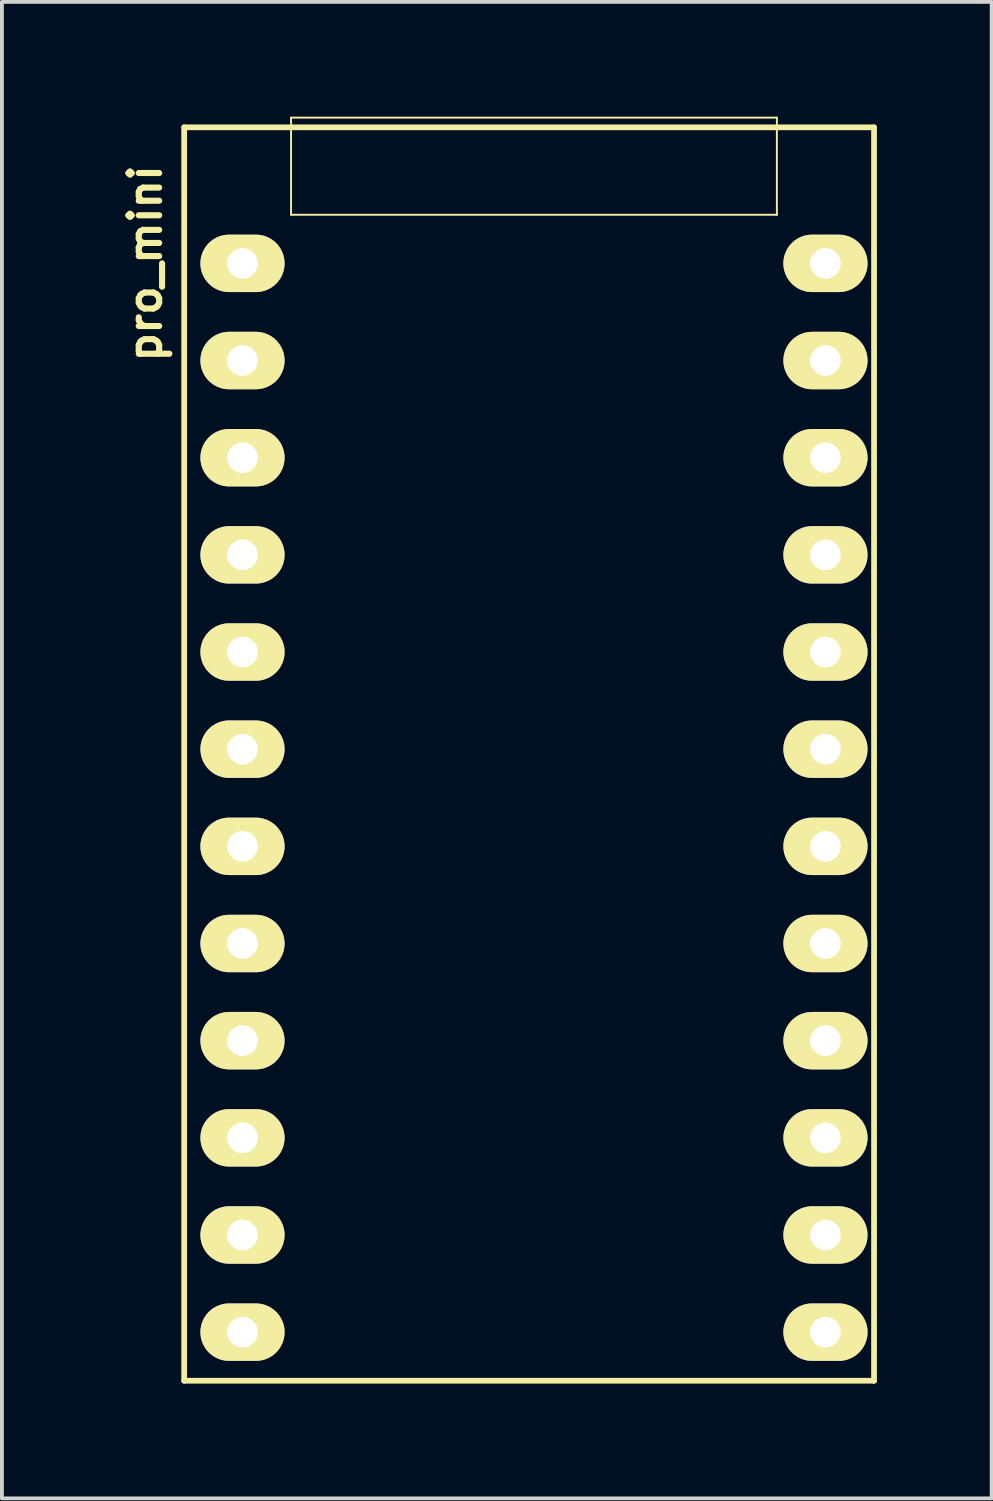
<source format=kicad_pcb>
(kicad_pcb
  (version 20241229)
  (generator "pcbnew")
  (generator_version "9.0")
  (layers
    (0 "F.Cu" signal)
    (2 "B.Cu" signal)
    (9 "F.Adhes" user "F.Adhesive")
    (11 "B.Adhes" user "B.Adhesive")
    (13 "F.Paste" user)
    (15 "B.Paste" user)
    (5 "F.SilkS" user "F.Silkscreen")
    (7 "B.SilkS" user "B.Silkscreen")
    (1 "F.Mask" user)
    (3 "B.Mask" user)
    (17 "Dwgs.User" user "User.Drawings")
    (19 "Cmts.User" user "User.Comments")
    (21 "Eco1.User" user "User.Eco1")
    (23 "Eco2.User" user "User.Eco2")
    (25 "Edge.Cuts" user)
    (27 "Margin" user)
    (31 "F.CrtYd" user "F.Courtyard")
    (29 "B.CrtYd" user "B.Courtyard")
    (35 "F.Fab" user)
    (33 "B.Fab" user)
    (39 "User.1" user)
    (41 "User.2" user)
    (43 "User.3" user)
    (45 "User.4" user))
  (footprint "pro_mini"
    (layer "F.Cu")
    (at 9.639 19.075)
    (property "Reference" "pro_mini" (at -8.89 -15.24 270) (layer "F.SilkS") (effects (font (size 0.8 0.8) (thickness 0.16))))
    (attr through_hole)
    (fp_line (start -7.874 13.97) (end -7.874 -18.796) (stroke (width 0.15) (type solid)) (layer "F.SilkS"))
    (fp_line (start -7.874 13.97) (end 10.16 13.97) (stroke (width 0.15) (type solid)) (layer "F.SilkS"))
    (fp_line (start -5.08 -19.05) (end -5.08 -16.51) (stroke (width 0.05) (type solid)) (layer "F.SilkS"))
    (fp_line (start -5.08 -16.51) (end 7.62 -16.51) (stroke (width 0.05) (type solid)) (layer "F.SilkS"))
    (fp_line (start 7.62 -19.05) (end -5.08 -19.05) (stroke (width 0.05) (type solid)) (layer "F.SilkS"))
    (fp_line (start 7.62 -16.51) (end 7.62 -19.05) (stroke (width 0.05) (type solid)) (layer "F.SilkS"))
    (fp_line (start 10.16 -18.796) (end -7.874 -18.796) (stroke (width 0.15) (type solid)) (layer "F.SilkS"))
    (fp_line (start 10.16 -18.796) (end 10.16 13.97) (stroke (width 0.15) (type solid)) (layer "F.SilkS"))
    (pad "7" thru_hole oval (at -6.35 -15.24 270) (size 1.501 2.2) (drill 0.8) (layers "*.Cu" "*.Mask" "F.SilkS"))
    (pad "8" thru_hole oval (at -6.35 -12.7 270) (size 1.501 2.2) (drill 0.8) (layers "*.Cu" "*.Mask" "F.SilkS"))
    (pad "9" thru_hole oval (at -6.35 -10.16 270) (size 1.501 2.2) (drill 0.8) (layers "*.Cu" "*.Mask" "F.SilkS"))
    (pad "10" thru_hole oval (at -6.35 -7.62 270) (size 1.501 2.2) (drill 0.8) (layers "*.Cu" "*.Mask" "F.SilkS"))
    (pad "11" thru_hole oval (at -6.35 -5.08 270) (size 1.501 2.2) (drill 0.8) (layers "*.Cu" "*.Mask" "F.SilkS"))
    (pad "12" thru_hole oval (at -6.35 -2.54 270) (size 1.501 2.2) (drill 0.8) (layers "*.Cu" "*.Mask" "F.SilkS"))
    (pad "13" thru_hole oval (at -6.35 0 270) (size 1.501 2.2) (drill 0.8) (layers "*.Cu" "*.Mask" "F.SilkS"))
    (pad "14" thru_hole oval (at -6.35 2.54 270) (size 1.501 2.2) (drill 0.8) (layers "*.Cu" "*.Mask" "F.SilkS"))
    (pad "15" thru_hole oval (at -6.35 5.08 270) (size 1.501 2.2) (drill 0.8) (layers "*.Cu" "*.Mask" "F.SilkS"))
    (pad "16" thru_hole oval (at -6.35 7.62 270) (size 1.501 2.2) (drill 0.8) (layers "*.Cu" "*.Mask" "F.SilkS"))
    (pad "17" thru_hole oval (at -6.35 10.16 270) (size 1.501 2.2) (drill 0.8) (layers "*.Cu" "*.Mask" "F.SilkS"))
    (pad "18" thru_hole oval (at -6.35 12.7 270) (size 1.501 2.2) (drill 0.8) (layers "*.Cu" "*.Mask" "F.SilkS"))
    (pad "19" thru_hole oval (at 8.89 -15.24 270) (size 1.501 2.2) (drill 0.8) (layers "*.Cu" "*.Mask" "F.SilkS"))
    (pad "20" thru_hole oval (at 8.89 -12.7 270) (size 1.501 2.2) (drill 0.8) (layers "*.Cu" "*.Mask" "F.SilkS"))
    (pad "21" thru_hole oval (at 8.89 -10.16 270) (size 1.501 2.2) (drill 0.8) (layers "*.Cu" "*.Mask" "F.SilkS"))
    (pad "22" thru_hole oval (at 8.89 -7.62 270) (size 1.501 2.2) (drill 0.8) (layers "*.Cu" "*.Mask" "F.SilkS"))
    (pad "23" thru_hole oval (at 8.89 -5.08 270) (size 1.501 2.2) (drill 0.8) (layers "*.Cu" "*.Mask" "F.SilkS"))
    (pad "24" thru_hole oval (at 8.89 -2.54 270) (size 1.501 2.2) (drill 0.8) (layers "*.Cu" "*.Mask" "F.SilkS"))
    (pad "25" thru_hole oval (at 8.89 0 270) (size 1.501 2.2) (drill 0.8) (layers "*.Cu" "*.Mask" "F.SilkS"))
    (pad "26" thru_hole oval (at 8.89 2.54 270) (size 1.501 2.2) (drill 0.8) (layers "*.Cu" "*.Mask" "F.SilkS"))
    (pad "27" thru_hole oval (at 8.89 5.08 270) (size 1.501 2.2) (drill 0.8) (layers "*.Cu" "*.Mask" "F.SilkS"))
    (pad "28" thru_hole oval (at 8.89 7.62 270) (size 1.501 2.2) (drill 0.8) (layers "*.Cu" "*.Mask" "F.SilkS"))
    (pad "29" thru_hole oval (at 8.89 10.16 270) (size 1.501 2.2) (drill 0.8) (layers "*.Cu" "*.Mask" "F.SilkS"))
    (pad "30" thru_hole oval (at 8.89 12.7 270) (size 1.501 2.2) (drill 0.8) (layers "*.Cu" "*.Mask" "F.SilkS")))
  (gr_rect
    (start -3 -3)
    (end 22.874 36.12)
    (stroke (width 0.1) (type default))
    (fill no)
    (layer "Edge.Cuts")))
</source>
